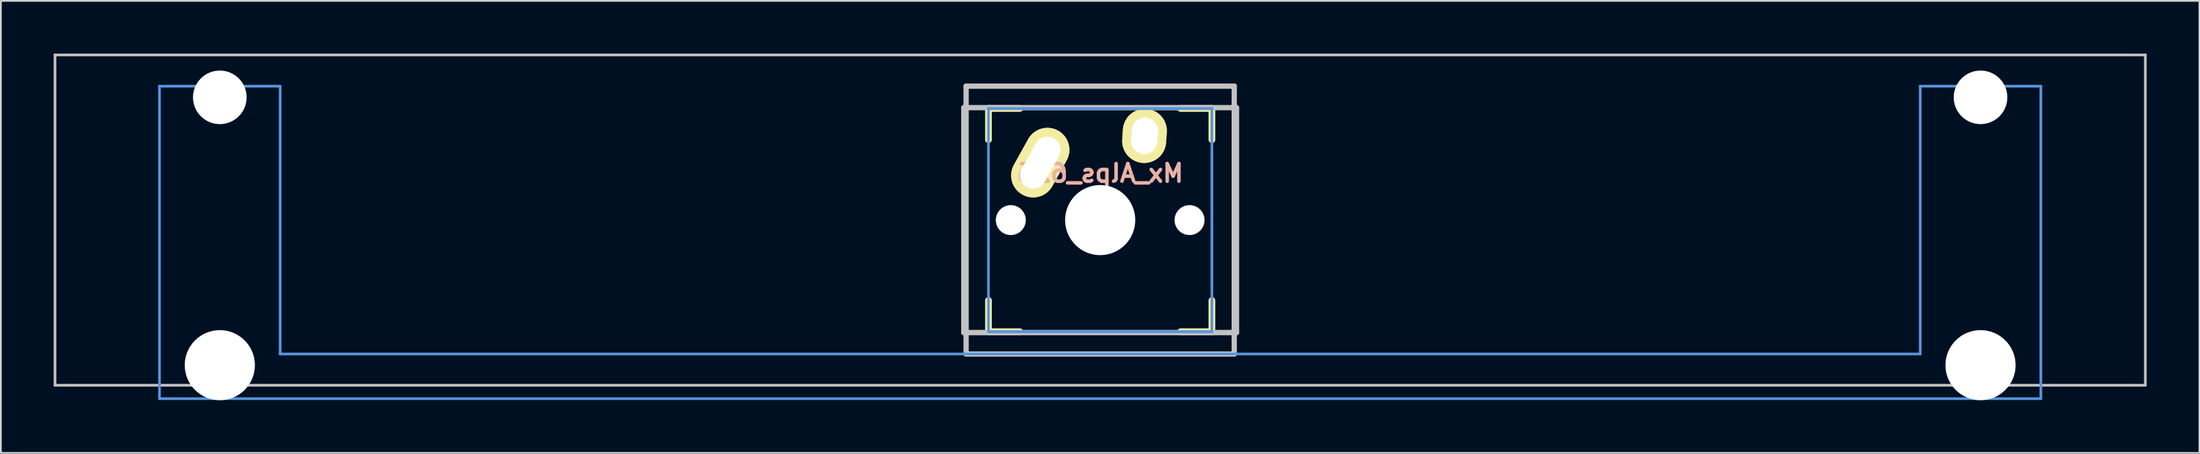
<source format=kicad_pcb>
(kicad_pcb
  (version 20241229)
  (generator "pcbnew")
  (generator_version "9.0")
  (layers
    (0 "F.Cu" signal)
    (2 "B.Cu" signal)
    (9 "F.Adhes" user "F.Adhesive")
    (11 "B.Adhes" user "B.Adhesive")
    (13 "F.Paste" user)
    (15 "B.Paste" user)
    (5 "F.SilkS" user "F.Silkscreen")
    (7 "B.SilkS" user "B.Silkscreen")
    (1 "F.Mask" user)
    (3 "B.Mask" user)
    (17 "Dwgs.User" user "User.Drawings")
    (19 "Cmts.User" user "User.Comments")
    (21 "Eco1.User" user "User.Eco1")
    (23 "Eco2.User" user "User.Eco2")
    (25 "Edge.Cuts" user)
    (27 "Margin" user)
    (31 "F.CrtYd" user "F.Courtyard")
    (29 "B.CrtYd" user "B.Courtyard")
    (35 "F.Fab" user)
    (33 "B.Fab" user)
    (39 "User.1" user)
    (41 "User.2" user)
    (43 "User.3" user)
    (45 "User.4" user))
  (footprint "Mx_Alps_625"
    (layer "F.Cu")
    (at 59.482 9.474)
    (property "Reference" "Mx_Alps_625" (at 0 -2.667 0) (layer "B.SilkS") (effects (font (size 1 1) (thickness 0.2)) (justify mirror)))
    (attr through_hole)
    (fp_line (start -6.35 -6.35) (end -4.572 -6.35) (stroke (width 0.381) (type solid)) (layer "F.SilkS"))
    (fp_line (start -6.35 -4.572) (end -6.35 -6.35) (stroke (width 0.381) (type solid)) (layer "F.SilkS"))
    (fp_line (start -6.35 6.35) (end -6.35 4.572) (stroke (width 0.381) (type solid)) (layer "F.SilkS"))
    (fp_line (start -4.572 6.35) (end -6.35 6.35) (stroke (width 0.381) (type solid)) (layer "F.SilkS"))
    (fp_line (start 4.572 -6.35) (end 6.35 -6.35) (stroke (width 0.381) (type solid)) (layer "F.SilkS"))
    (fp_line (start 6.35 -6.35) (end 6.35 -4.572) (stroke (width 0.381) (type solid)) (layer "F.SilkS"))
    (fp_line (start 6.35 4.572) (end 6.35 6.35) (stroke (width 0.381) (type solid)) (layer "F.SilkS"))
    (fp_line (start 6.35 6.35) (end 4.572 6.35) (stroke (width 0.381) (type solid)) (layer "F.SilkS"))
    (fp_line (start -59.406 -9.398) (end 59.406 -9.398) (stroke (width 0.152) (type solid)) (layer "Dwgs.User"))
    (fp_line (start -59.406 9.398) (end -59.406 -9.398) (stroke (width 0.152) (type solid)) (layer "Dwgs.User"))
    (fp_line (start -7.75 6.4) (end -7.75 -6.4) (stroke (width 0.3) (type solid)) (layer "Dwgs.User"))
    (fp_line (start -7.75 6.4) (end 7.75 6.4) (stroke (width 0.3) (type solid)) (layer "Dwgs.User"))
    (fp_line (start -7.62 -7.62) (end 7.62 -7.62) (stroke (width 0.3) (type solid)) (layer "Dwgs.User"))
    (fp_line (start -7.62 7.62) (end -7.62 -7.62) (stroke (width 0.3) (type solid)) (layer "Dwgs.User"))
    (fp_line (start 7.62 -7.62) (end 7.62 7.62) (stroke (width 0.3) (type solid)) (layer "Dwgs.User"))
    (fp_line (start 7.62 7.62) (end -7.62 7.62) (stroke (width 0.3) (type solid)) (layer "Dwgs.User"))
    (fp_line (start 7.75 -6.4) (end -7.75 -6.4) (stroke (width 0.3) (type solid)) (layer "Dwgs.User"))
    (fp_line (start 7.75 6.4) (end 7.75 -6.4) (stroke (width 0.3) (type solid)) (layer "Dwgs.User"))
    (fp_line (start 59.406 -9.398) (end 59.406 9.398) (stroke (width 0.152) (type solid)) (layer "Dwgs.User"))
    (fp_line (start 59.406 9.398) (end -59.406 9.398) (stroke (width 0.152) (type solid)) (layer "Dwgs.User"))
    (fp_line (start -53.467 -7.62) (end -53.467 10.16) (stroke (width 0.152) (type solid)) (layer "Cmts.User"))
    (fp_line (start -53.467 10.16) (end 53.467 10.16) (stroke (width 0.152) (type solid)) (layer "Cmts.User"))
    (fp_line (start -46.609 -7.62) (end -53.467 -7.62) (stroke (width 0.152) (type solid)) (layer "Cmts.User"))
    (fp_line (start -46.609 7.62) (end -46.609 -7.62) (stroke (width 0.152) (type solid)) (layer "Cmts.User"))
    (fp_line (start -6.35 -6.35) (end 6.35 -6.35) (stroke (width 0.152) (type solid)) (layer "Cmts.User"))
    (fp_line (start -6.35 6.35) (end -6.35 -6.35) (stroke (width 0.152) (type solid)) (layer "Cmts.User"))
    (fp_line (start 6.35 -6.35) (end 6.35 6.35) (stroke (width 0.152) (type solid)) (layer "Cmts.User"))
    (fp_line (start 6.35 6.35) (end -6.35 6.35) (stroke (width 0.152) (type solid)) (layer "Cmts.User"))
    (fp_line (start 46.609 -7.62) (end 46.609 7.62) (stroke (width 0.152) (type solid)) (layer "Cmts.User"))
    (fp_line (start 46.609 7.62) (end -46.609 7.62) (stroke (width 0.152) (type solid)) (layer "Cmts.User"))
    (fp_line (start 53.467 -7.62) (end 46.609 -7.62) (stroke (width 0.152) (type solid)) (layer "Cmts.User"))
    (fp_line (start 53.467 10.16) (end 53.467 -7.62) (stroke (width 0.152) (type solid)) (layer "Cmts.User"))
    (fp_line (start -54.229 -2.286) (end -53.365 -2.286) (stroke (width 0.152) (type solid)) (layer "Eco2.User"))
    (fp_line (start -54.229 0.508) (end -54.229 -2.286) (stroke (width 0.152) (type solid)) (layer "Eco2.User"))
    (fp_line (start -53.365 -5.69) (end -46.711 -5.69) (stroke (width 0.152) (type solid)) (layer "Eco2.User"))
    (fp_line (start -53.365 -2.286) (end -53.365 -5.69) (stroke (width 0.152) (type solid)) (layer "Eco2.User"))
    (fp_line (start -53.365 0.508) (end -54.229 0.508) (stroke (width 0.152) (type solid)) (layer "Eco2.User"))
    (fp_line (start -53.365 6.604) (end -53.365 0.508) (stroke (width 0.152) (type solid)) (layer "Eco2.User"))
    (fp_line (start -52.324 6.604) (end -53.365 6.604) (stroke (width 0.152) (type solid)) (layer "Eco2.User"))
    (fp_line (start -52.324 7.772) (end -52.324 6.604) (stroke (width 0.152) (type solid)) (layer "Eco2.User"))
    (fp_line (start -47.752 6.604) (end -47.752 7.772) (stroke (width 0.152) (type solid)) (layer "Eco2.User"))
    (fp_line (start -47.752 7.772) (end -52.324 7.772) (stroke (width 0.152) (type solid)) (layer "Eco2.User"))
    (fp_line (start -46.711 -5.69) (end -46.711 -2.286) (stroke (width 0.152) (type solid)) (layer "Eco2.User"))
    (fp_line (start -46.711 -2.286) (end -6.985 -2.286) (stroke (width 0.152) (type solid)) (layer "Eco2.User"))
    (fp_line (start -46.711 2.286) (end -46.711 6.604) (stroke (width 0.152) (type solid)) (layer "Eco2.User"))
    (fp_line (start -46.711 6.604) (end -47.752 6.604) (stroke (width 0.152) (type solid)) (layer "Eco2.User"))
    (fp_line (start -6.985 -6.985) (end 6.985 -6.985) (stroke (width 0.152) (type solid)) (layer "Eco2.User"))
    (fp_line (start -6.985 -2.286) (end -6.985 -6.985) (stroke (width 0.152) (type solid)) (layer "Eco2.User"))
    (fp_line (start -6.985 2.286) (end -46.711 2.286) (stroke (width 0.152) (type solid)) (layer "Eco2.User"))
    (fp_line (start -6.985 6.985) (end -6.985 2.286) (stroke (width 0.152) (type solid)) (layer "Eco2.User"))
    (fp_line (start 6.985 -6.985) (end 6.985 -2.286) (stroke (width 0.152) (type solid)) (layer "Eco2.User"))
    (fp_line (start 6.985 -2.286) (end 46.711 -2.286) (stroke (width 0.152) (type solid)) (layer "Eco2.User"))
    (fp_line (start 6.985 2.286) (end 6.985 6.985) (stroke (width 0.152) (type solid)) (layer "Eco2.User"))
    (fp_line (start 6.985 6.985) (end -6.985 6.985) (stroke (width 0.152) (type solid)) (layer "Eco2.User"))
    (fp_line (start 46.711 -5.69) (end 53.365 -5.69) (stroke (width 0.152) (type solid)) (layer "Eco2.User"))
    (fp_line (start 46.711 -2.286) (end 46.711 -5.69) (stroke (width 0.152) (type solid)) (layer "Eco2.User"))
    (fp_line (start 46.711 2.286) (end 6.985 2.286) (stroke (width 0.152) (type solid)) (layer "Eco2.User"))
    (fp_line (start 46.711 6.604) (end 46.711 2.286) (stroke (width 0.152) (type solid)) (layer "Eco2.User"))
    (fp_line (start 47.752 6.604) (end 46.711 6.604) (stroke (width 0.152) (type solid)) (layer "Eco2.User"))
    (fp_line (start 47.752 7.772) (end 47.752 6.604) (stroke (width 0.152) (type solid)) (layer "Eco2.User"))
    (fp_line (start 52.324 6.604) (end 52.324 7.772) (stroke (width 0.152) (type solid)) (layer "Eco2.User"))
    (fp_line (start 52.324 7.772) (end 47.752 7.772) (stroke (width 0.152) (type solid)) (layer "Eco2.User"))
    (fp_line (start 53.365 -5.69) (end 53.365 -2.286) (stroke (width 0.152) (type solid)) (layer "Eco2.User"))
    (fp_line (start 53.365 -2.286) (end 54.229 -2.286) (stroke (width 0.152) (type solid)) (layer "Eco2.User"))
    (fp_line (start 53.365 0.508) (end 53.365 6.604) (stroke (width 0.152) (type solid)) (layer "Eco2.User"))
    (fp_line (start 53.365 6.604) (end 52.324 6.604) (stroke (width 0.152) (type solid)) (layer "Eco2.User"))
    (fp_line (start 54.229 -2.286) (end 54.229 0.508) (stroke (width 0.152) (type solid)) (layer "Eco2.User"))
    (fp_line (start 54.229 0.508) (end 53.365 0.508) (stroke (width 0.152) (type solid)) (layer "Eco2.User"))
    (pad "" np_thru_hole circle (at -50.038 -6.985) (size 3.048 3.048) (drill 3.048) (layers "*.Cu"))
    (pad "" np_thru_hole circle (at -50.038 8.255) (size 3.988 3.988) (drill 3.988) (layers "*.Cu"))
    (pad "" np_thru_hole circle (at -5.08 0) (size 1.702 1.702) (drill 1.702) (layers "*.Cu"))
    (pad "" np_thru_hole circle (at 0 0) (size 3.988 3.988) (drill 3.988) (layers "*.Cu"))
    (pad "" np_thru_hole circle (at 5.08 0) (size 1.702 1.702) (drill 1.702) (layers "*.Cu"))
    (pad "" np_thru_hole circle (at 50.038 -6.985) (size 3.048 3.048) (drill 3.048) (layers "*.Cu"))
    (pad "" np_thru_hole circle (at 50.038 8.255) (size 3.988 3.988) (drill 3.988) (layers "*.Cu"))
    (pad "1" thru_hole oval (at -3.405 -3.27 330.95) (size 2.5 4.17) (drill oval 1.5 3.17) (layers "*.Cu" "*.Mask" "F.SilkS"))
    (pad "2" thru_hole oval (at 2.52 -4.79 356.1) (size 2.5 3.08) (drill oval 1.5 2.08) (layers "*.Cu" "*.Mask" "F.SilkS")))
  (gr_rect
    (start -3 -3)
    (end 121.963 22.723)
    (stroke (width 0.1) (type default))
    (fill no)
    (layer "Edge.Cuts")))
</source>
